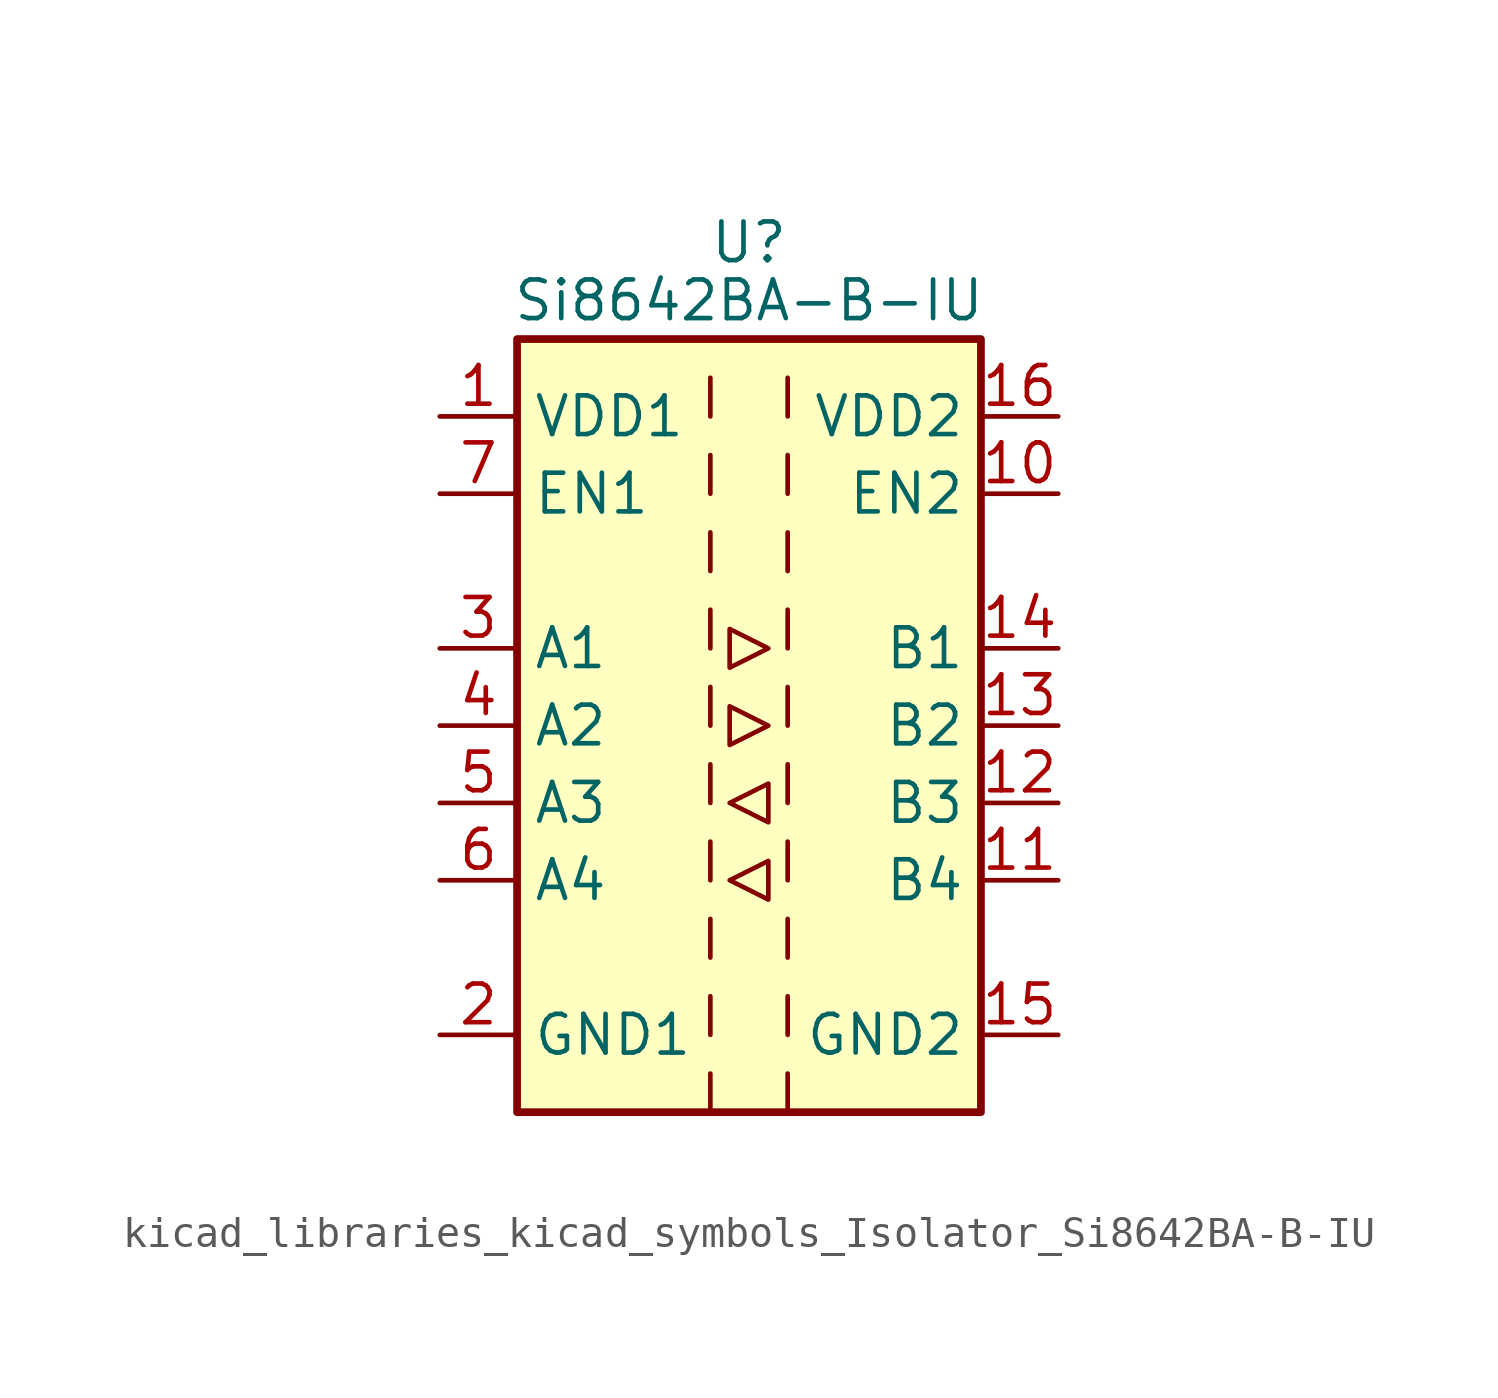
<source format=kicad_sym>
(kicad_symbol_lib
  (version 20220914)
  (generator kicad_symbol_editor)
  (symbol "kicad_libraries_kicad_symbols_Isolator_Si8642BA-B-IU"
    (property "Reference" "U"
      (at 0 15.875 0)
      (effects (font (size 1.27 1.27))))
    (property "Value" "Si8642BA-B-IU"
      (at 0 13.97 0)
      (effects (font (size 1.27 1.27))))
    (symbol "kicad_libraries_kicad_symbols_Isolator_Si8642BA-B-IU_0_1"
      (rectangle (start -7.62 12.7) (end 7.62 -12.7) (stroke (width 0.254) (type default)) (fill (type background)))
      (polyline (pts (xy -1.27 -11.43) (xy -1.27 -12.7)) (stroke (width 0) (type default)) (fill (type none)))
      (polyline (pts (xy -1.27 -8.89) (xy -1.27 -10.16)) (stroke (width 0) (type default)) (fill (type none)))
      (polyline (pts (xy -1.27 -6.35) (xy -1.27 -7.62)) (stroke (width 0) (type default)) (fill (type none)))
      (polyline (pts (xy -1.27 -3.81) (xy -1.27 -5.08)) (stroke (width 0) (type default)) (fill (type none)))
      (polyline (pts (xy -1.27 -1.27) (xy -1.27 -2.54)) (stroke (width 0) (type default)) (fill (type none)))
      (polyline (pts (xy -1.27 1.27) (xy -1.27 0)) (stroke (width 0) (type default)) (fill (type none)))
      (polyline (pts (xy -1.27 3.81) (xy -1.27 2.54)) (stroke (width 0) (type default)) (fill (type none)))
      (polyline (pts (xy -1.27 6.35) (xy -1.27 5.08)) (stroke (width 0) (type default)) (fill (type none)))
      (polyline (pts (xy -1.27 8.89) (xy -1.27 7.62)) (stroke (width 0) (type default)) (fill (type none)))
      (polyline (pts (xy -1.27 11.43) (xy -1.27 10.16)) (stroke (width 0) (type default)) (fill (type none)))
      (polyline (pts (xy 1.27 -11.43) (xy 1.27 -12.7)) (stroke (width 0) (type default)) (fill (type none)))
      (polyline (pts (xy 1.27 -8.89) (xy 1.27 -10.16)) (stroke (width 0) (type default)) (fill (type none)))
      (polyline (pts (xy 1.27 -6.35) (xy 1.27 -7.62)) (stroke (width 0) (type default)) (fill (type none)))
      (polyline (pts (xy 1.27 -3.81) (xy 1.27 -5.08)) (stroke (width 0) (type default)) (fill (type none)))
      (polyline (pts (xy 1.27 -1.27) (xy 1.27 -2.54)) (stroke (width 0) (type default)) (fill (type none)))
      (polyline (pts (xy 1.27 1.27) (xy 1.27 0)) (stroke (width 0) (type default)) (fill (type none)))
      (polyline (pts (xy 1.27 3.81) (xy 1.27 2.54)) (stroke (width 0) (type default)) (fill (type none)))
      (polyline (pts (xy 1.27 6.35) (xy 1.27 5.08)) (stroke (width 0) (type default)) (fill (type none)))
      (polyline (pts (xy 1.27 8.89) (xy 1.27 7.62)) (stroke (width 0) (type default)) (fill (type none)))
      (polyline (pts (xy 1.27 11.43) (xy 1.27 10.16)) (stroke (width 0) (type default)) (fill (type none)))
      (polyline (pts (xy -0.635 -5.08) (xy 0.635 -4.445) (xy 0.635 -5.715) (xy -0.635 -5.08)) (stroke (width 0) (type default)) (fill (type none)))
      (polyline (pts (xy -0.635 -2.54) (xy 0.635 -1.905) (xy 0.635 -3.175) (xy -0.635 -2.54)) (stroke (width 0) (type default)) (fill (type none)))
      (polyline (pts (xy -0.635 0.635) (xy -0.635 -0.635) (xy 0.635 0) (xy -0.635 0.635)) (stroke (width 0) (type default)) (fill (type none)))
      (polyline (pts (xy -0.635 3.175) (xy -0.635 1.905) (xy 0.635 2.54) (xy -0.635 3.175)) (stroke (width 0) (type default)) (fill (type none))))
    (symbol "kicad_libraries_kicad_symbols_Isolator_Si8642BA-B-IU_1_1"
      (pin power_in line (at -10.16 10.16 0) (length 2.54) (name "VDD1" (effects (font (size 1.27 1.27)))) (number "1" (effects (font (size 1.27 1.27)))))
      (pin input line (at 10.16 7.62 180) (length 2.54) (name "EN2" (effects (font (size 1.27 1.27)))) (number "10" (effects (font (size 1.27 1.27)))))
      (pin input line (at 10.16 -5.08 180) (length 2.54) (name "B4" (effects (font (size 1.27 1.27)))) (number "11" (effects (font (size 1.27 1.27)))))
      (pin input line (at 10.16 -2.54 180) (length 2.54) (name "B3" (effects (font (size 1.27 1.27)))) (number "12" (effects (font (size 1.27 1.27)))))
      (pin output line (at 10.16 0 180) (length 2.54) (name "B2" (effects (font (size 1.27 1.27)))) (number "13" (effects (font (size 1.27 1.27)))))
      (pin output line (at 10.16 2.54 180) (length 2.54) (name "B1" (effects (font (size 1.27 1.27)))) (number "14" (effects (font (size 1.27 1.27)))))
      (pin power_in line (at 10.16 -10.16 180) (length 2.54) (name "GND2" (effects (font (size 1.27 1.27)))) (number "15" (effects (font (size 1.27 1.27)))))
      (pin power_in line (at 10.16 10.16 180) (length 2.54) (name "VDD2" (effects (font (size 1.27 1.27)))) (number "16" (effects (font (size 1.27 1.27)))))
      (pin power_in line (at -10.16 -10.16 0) (length 2.54) (name "GND1" (effects (font (size 1.27 1.27)))) (number "2" (effects (font (size 1.27 1.27)))))
      (pin input line (at -10.16 2.54 0) (length 2.54) (name "A1" (effects (font (size 1.27 1.27)))) (number "3" (effects (font (size 1.27 1.27)))))
      (pin input line (at -10.16 0 0) (length 2.54) (name "A2" (effects (font (size 1.27 1.27)))) (number "4" (effects (font (size 1.27 1.27)))))
      (pin output line (at -10.16 -2.54 0) (length 2.54) (name "A3" (effects (font (size 1.27 1.27)))) (number "5" (effects (font (size 1.27 1.27)))))
      (pin output line (at -10.16 -5.08 0) (length 2.54) (name "A4" (effects (font (size 1.27 1.27)))) (number "6" (effects (font (size 1.27 1.27)))))
      (pin input line (at -10.16 7.62 0) (length 2.54) (name "EN1" (effects (font (size 1.27 1.27)))) (number "7" (effects (font (size 1.27 1.27)))))
      (pin passive line (at -10.16 -10.16 0) (length 2.54) hide (name "GND1" (effects (font (size 1.27 1.27)))) (number "8" (effects (font (size 1.27 1.27)))))
      (pin passive line (at 10.16 -10.16 180) (length 2.54) hide (name "GND2" (effects (font (size 1.27 1.27)))) (number "9" (effects (font (size 1.27 1.27))))))))
</source>
